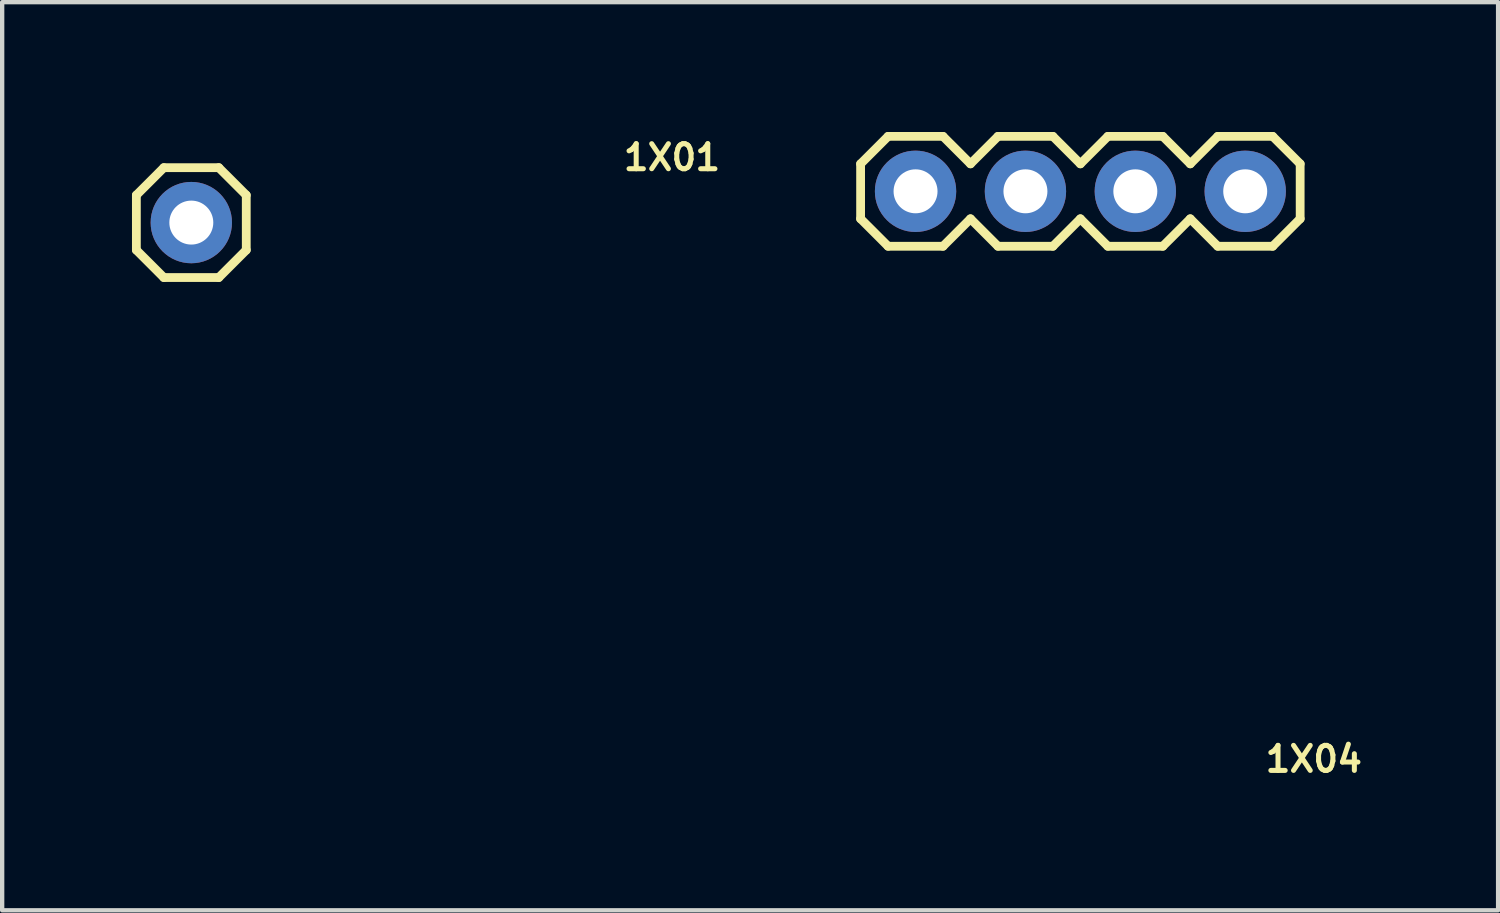
<source format=kicad_pcb>
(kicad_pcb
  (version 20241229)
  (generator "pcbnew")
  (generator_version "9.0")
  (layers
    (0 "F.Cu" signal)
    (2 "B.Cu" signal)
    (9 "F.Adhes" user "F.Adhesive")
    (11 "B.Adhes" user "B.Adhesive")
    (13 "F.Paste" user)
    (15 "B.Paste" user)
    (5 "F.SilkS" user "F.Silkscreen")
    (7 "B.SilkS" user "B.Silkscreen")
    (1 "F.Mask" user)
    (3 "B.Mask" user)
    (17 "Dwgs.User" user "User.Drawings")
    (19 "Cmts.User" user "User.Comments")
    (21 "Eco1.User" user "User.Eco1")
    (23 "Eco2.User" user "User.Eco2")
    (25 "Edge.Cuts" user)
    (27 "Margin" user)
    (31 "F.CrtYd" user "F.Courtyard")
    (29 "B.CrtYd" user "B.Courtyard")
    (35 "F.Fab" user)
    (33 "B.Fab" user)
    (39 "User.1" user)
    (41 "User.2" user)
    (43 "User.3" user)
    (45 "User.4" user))
  (footprint "1X01"
    (layer "F.Cu")
    (at 1.372 2.095)
    (property "Reference" "1X01" (at 9.931 -1.168 0) (layer "F.SilkS") (effects (font (size 0.579 0.579) (thickness 0.116)) (justify left bottom)))
    (attr through_hole)
    (fp_line (start -1.27 -0.635) (end -1.27 0.635) (stroke (width 0.203) (type solid)) (layer "F.SilkS"))
    (fp_line (start -1.27 0.635) (end -0.635 1.27) (stroke (width 0.203) (type solid)) (layer "F.SilkS"))
    (fp_line (start -0.635 -1.27) (end -1.27 -0.635) (stroke (width 0.203) (type solid)) (layer "F.SilkS"))
    (fp_line (start -0.635 1.27) (end 0.635 1.27) (stroke (width 0.203) (type solid)) (layer "F.SilkS"))
    (fp_line (start 0.635 -1.27) (end -0.635 -1.27) (stroke (width 0.203) (type solid)) (layer "F.SilkS"))
    (fp_line (start 0.635 1.27) (end 1.27 0.635) (stroke (width 0.203) (type solid)) (layer "F.SilkS"))
    (fp_line (start 1.27 -0.635) (end 0.635 -1.27) (stroke (width 0.203) (type solid)) (layer "F.SilkS"))
    (fp_line (start 1.27 0.635) (end 1.27 -0.635) (stroke (width 0.203) (type solid)) (layer "F.SilkS"))
    (fp_poly (pts (xy -0.254 0.254) (xy 0.254 0.254) (xy 0.254 -0.254) (xy -0.254 -0.254)) (stroke (width 0.1) (type solid)) (fill no) (layer "F.Fab"))
    (pad "1" thru_hole circle (at 0 0 90) (size 1.88 1.88) (drill 1.016) (layers "*.Cu" "*.Mask")))
  (footprint "1X04"
    (layer "F.Cu")
    (at 18.112 1.372)
    (property "Reference" "1X04" (at 8.026 13.462 180) (layer "F.SilkS") (effects (font (size 0.579 0.579) (thickness 0.116)) (justify left bottom)))
    (attr through_hole)
    (fp_line (start -1.27 -0.635) (end -1.27 0.635) (stroke (width 0.203) (type solid)) (layer "F.SilkS"))
    (fp_line (start -1.27 0.635) (end -0.635 1.27) (stroke (width 0.203) (type solid)) (layer "F.SilkS"))
    (fp_line (start -0.635 -1.27) (end -1.27 -0.635) (stroke (width 0.203) (type solid)) (layer "F.SilkS"))
    (fp_line (start -0.635 -1.27) (end 0.635 -1.27) (stroke (width 0.203) (type solid)) (layer "F.SilkS"))
    (fp_line (start 0.635 -1.27) (end 1.27 -0.635) (stroke (width 0.203) (type solid)) (layer "F.SilkS"))
    (fp_line (start 0.635 1.27) (end -0.635 1.27) (stroke (width 0.203) (type solid)) (layer "F.SilkS"))
    (fp_line (start 1.27 -0.635) (end 1.905 -1.27) (stroke (width 0.203) (type solid)) (layer "F.SilkS"))
    (fp_line (start 1.27 0.635) (end 0.635 1.27) (stroke (width 0.203) (type solid)) (layer "F.SilkS"))
    (fp_line (start 1.905 -1.27) (end 3.175 -1.27) (stroke (width 0.203) (type solid)) (layer "F.SilkS"))
    (fp_line (start 1.905 1.27) (end 1.27 0.635) (stroke (width 0.203) (type solid)) (layer "F.SilkS"))
    (fp_line (start 3.175 -1.27) (end 3.81 -0.635) (stroke (width 0.203) (type solid)) (layer "F.SilkS"))
    (fp_line (start 3.175 1.27) (end 1.905 1.27) (stroke (width 0.203) (type solid)) (layer "F.SilkS"))
    (fp_line (start 3.81 -0.635) (end 4.445 -1.27) (stroke (width 0.203) (type solid)) (layer "F.SilkS"))
    (fp_line (start 3.81 0.635) (end 3.175 1.27) (stroke (width 0.203) (type solid)) (layer "F.SilkS"))
    (fp_line (start 4.445 -1.27) (end 5.715 -1.27) (stroke (width 0.203) (type solid)) (layer "F.SilkS"))
    (fp_line (start 4.445 1.27) (end 3.81 0.635) (stroke (width 0.203) (type solid)) (layer "F.SilkS"))
    (fp_line (start 5.715 -1.27) (end 6.35 -0.635) (stroke (width 0.203) (type solid)) (layer "F.SilkS"))
    (fp_line (start 5.715 1.27) (end 4.445 1.27) (stroke (width 0.203) (type solid)) (layer "F.SilkS"))
    (fp_line (start 6.35 0.635) (end 5.715 1.27) (stroke (width 0.203) (type solid)) (layer "F.SilkS"))
    (fp_line (start 6.35 0.635) (end 6.985 1.27) (stroke (width 0.203) (type solid)) (layer "F.SilkS"))
    (fp_line (start 6.985 -1.27) (end 6.35 -0.635) (stroke (width 0.203) (type solid)) (layer "F.SilkS"))
    (fp_line (start 6.985 -1.27) (end 8.255 -1.27) (stroke (width 0.203) (type solid)) (layer "F.SilkS"))
    (fp_line (start 8.255 -1.27) (end 8.89 -0.635) (stroke (width 0.203) (type solid)) (layer "F.SilkS"))
    (fp_line (start 8.255 1.27) (end 6.985 1.27) (stroke (width 0.203) (type solid)) (layer "F.SilkS"))
    (fp_line (start 8.89 -0.635) (end 8.89 0.635) (stroke (width 0.203) (type solid)) (layer "F.SilkS"))
    (fp_line (start 8.89 0.635) (end 8.255 1.27) (stroke (width 0.203) (type solid)) (layer "F.SilkS"))
    (fp_poly (pts (xy -0.254 0.254) (xy 0.254 0.254) (xy 0.254 -0.254) (xy -0.254 -0.254)) (stroke (width 0.1) (type solid)) (fill no) (layer "F.Fab"))
    (fp_poly (pts (xy 2.286 0.254) (xy 2.794 0.254) (xy 2.794 -0.254) (xy 2.286 -0.254)) (stroke (width 0.1) (type solid)) (fill no) (layer "F.Fab"))
    (fp_poly (pts (xy 4.826 0.254) (xy 5.334 0.254) (xy 5.334 -0.254) (xy 4.826 -0.254)) (stroke (width 0.1) (type solid)) (fill no) (layer "F.Fab"))
    (fp_poly (pts (xy 7.366 0.254) (xy 7.874 0.254) (xy 7.874 -0.254) (xy 7.366 -0.254)) (stroke (width 0.1) (type solid)) (fill no) (layer "F.Fab"))
    (pad "1" thru_hole circle (at 0 0 90) (size 1.88 1.88) (drill 1.016) (layers "*.Cu" "*.Mask"))
    (pad "2" thru_hole circle (at 2.54 0 90) (size 1.88 1.88) (drill 1.016) (layers "*.Cu" "*.Mask"))
    (pad "3" thru_hole circle (at 5.08 0 90) (size 1.88 1.88) (drill 1.016) (layers "*.Cu" "*.Mask"))
    (pad "4" thru_hole circle (at 7.62 0 90) (size 1.88 1.88) (drill 1.016) (layers "*.Cu" "*.Mask")))
  (gr_rect
    (start -3 -3)
    (end 31.577 17.991)
    (stroke (width 0.1) (type default))
    (fill no)
    (layer "Edge.Cuts")))
</source>
